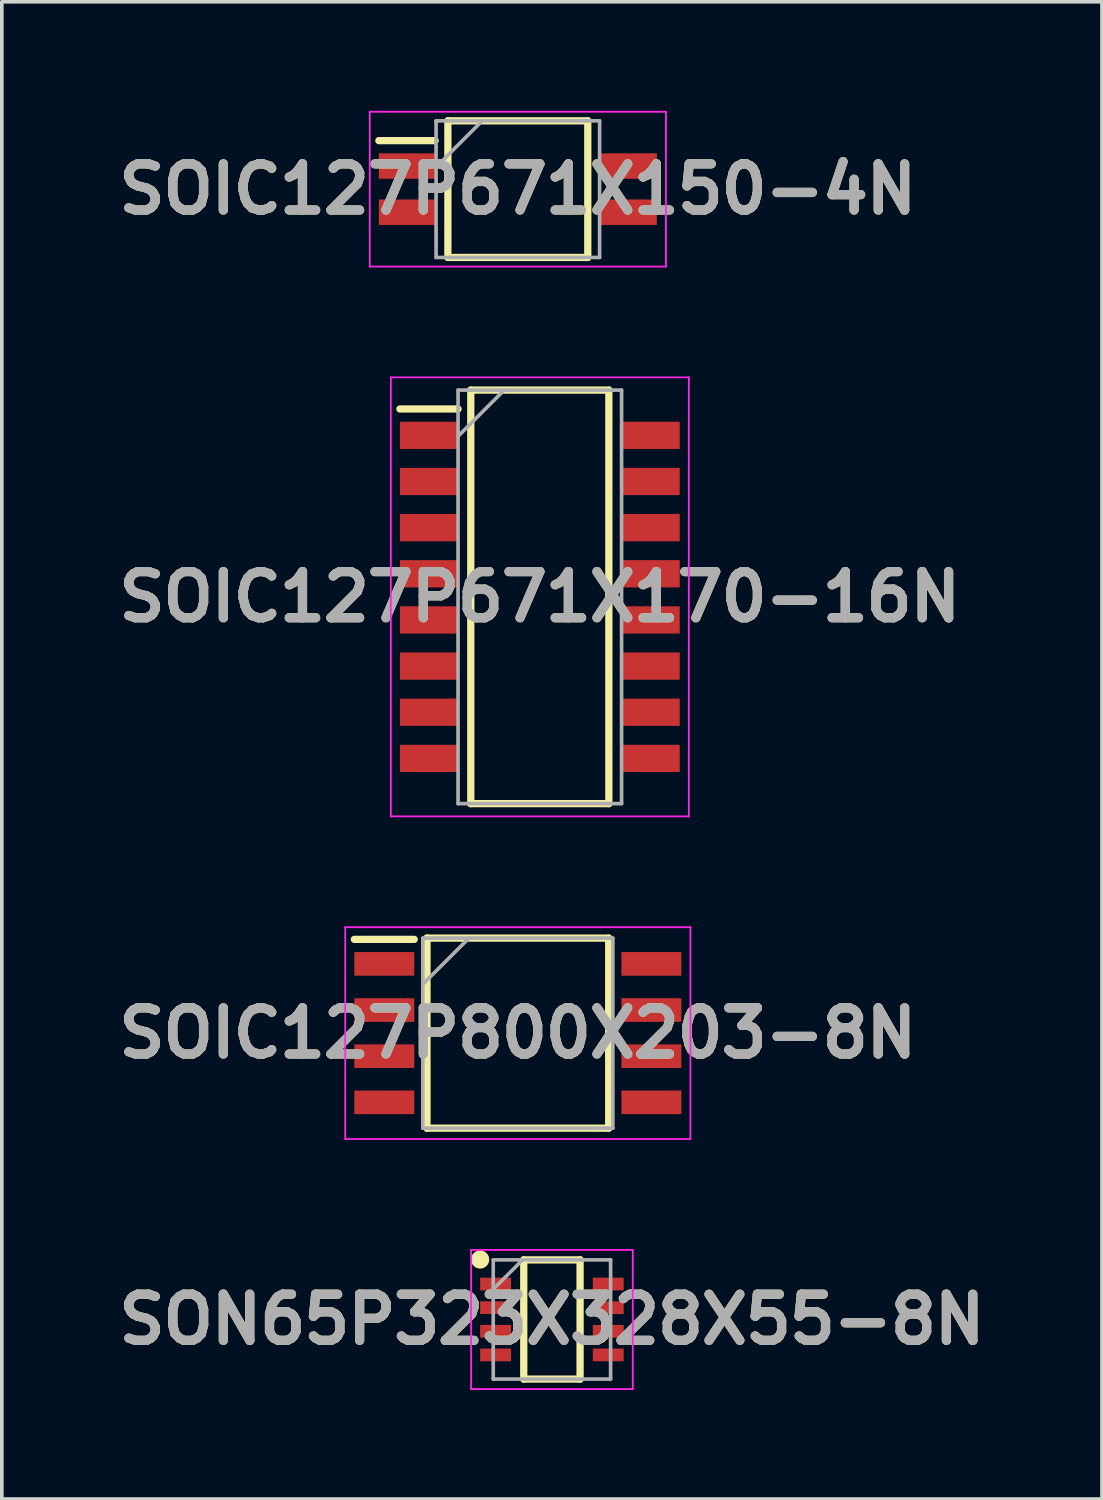
<source format=kicad_pcb>
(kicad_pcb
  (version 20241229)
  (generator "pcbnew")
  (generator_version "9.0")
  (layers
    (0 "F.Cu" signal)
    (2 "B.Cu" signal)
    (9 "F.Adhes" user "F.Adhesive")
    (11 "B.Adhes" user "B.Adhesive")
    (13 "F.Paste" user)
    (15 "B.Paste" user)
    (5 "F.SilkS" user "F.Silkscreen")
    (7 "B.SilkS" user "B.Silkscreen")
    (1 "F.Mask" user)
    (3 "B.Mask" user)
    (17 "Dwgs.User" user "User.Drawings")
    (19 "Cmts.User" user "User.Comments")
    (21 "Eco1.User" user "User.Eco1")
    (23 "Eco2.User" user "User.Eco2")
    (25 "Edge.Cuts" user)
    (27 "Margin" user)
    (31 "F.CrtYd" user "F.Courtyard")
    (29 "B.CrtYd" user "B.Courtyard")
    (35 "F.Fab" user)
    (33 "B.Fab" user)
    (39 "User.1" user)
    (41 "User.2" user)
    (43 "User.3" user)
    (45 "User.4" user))
  (footprint "SOIC127P671X150-4N"
    (layer "F.Cu")
    (at 11.2 2.155)
    (property "Reference" "SOIC127P671X150-4N" (at 0 0 0) (layer "F.SilkS") (effects (font (size 1.27 1.27) (thickness 0.254))))
    (attr smd)
    (fp_line (start -3.825 -1.335) (end -2.275 -1.335) (stroke (width 0.2) (type solid)) (layer "F.SilkS"))
    (fp_line (start -1.925 -1.88) (end 1.925 -1.88) (stroke (width 0.2) (type solid)) (layer "F.SilkS"))
    (fp_line (start -1.925 1.88) (end -1.925 -1.88) (stroke (width 0.2) (type solid)) (layer "F.SilkS"))
    (fp_line (start 1.925 -1.88) (end 1.925 1.88) (stroke (width 0.2) (type solid)) (layer "F.SilkS"))
    (fp_line (start 1.925 1.88) (end -1.925 1.88) (stroke (width 0.2) (type solid)) (layer "F.SilkS"))
    (fp_line (start -4.075 -2.13) (end 4.075 -2.13) (stroke (width 0.05) (type solid)) (layer "F.CrtYd"))
    (fp_line (start -4.075 2.13) (end -4.075 -2.13) (stroke (width 0.05) (type solid)) (layer "F.CrtYd"))
    (fp_line (start 4.075 -2.13) (end 4.075 2.13) (stroke (width 0.05) (type solid)) (layer "F.CrtYd"))
    (fp_line (start 4.075 2.13) (end -4.075 2.13) (stroke (width 0.05) (type solid)) (layer "F.CrtYd"))
    (fp_line (start -2.25 -1.88) (end 2.25 -1.88) (stroke (width 0.1) (type solid)) (layer "F.Fab"))
    (fp_line (start -2.25 -0.61) (end -0.98 -1.88) (stroke (width 0.1) (type solid)) (layer "F.Fab"))
    (fp_line (start -2.25 1.88) (end -2.25 -1.88) (stroke (width 0.1) (type solid)) (layer "F.Fab"))
    (fp_line (start 2.25 -1.88) (end 2.25 1.88) (stroke (width 0.1) (type solid)) (layer "F.Fab"))
    (fp_line (start 2.25 1.88) (end -2.25 1.88) (stroke (width 0.1) (type solid)) (layer "F.Fab"))
    (fp_text user "${REFERENCE}" (at 0 0 0) (layer "F.Fab") (effects (font (size 1.27 1.27) (thickness 0.254))))
    (pad "1" smd rect (at -3.05 -0.635 90) (size 0.7 1.55) (layers "F.Cu" "F.Mask" "F.Paste"))
    (pad "2" smd rect (at -3.05 0.635 90) (size 0.7 1.55) (layers "F.Cu" "F.Mask" "F.Paste"))
    (pad "3" smd rect (at 3.05 0.635 90) (size 0.7 1.55) (layers "F.Cu" "F.Mask" "F.Paste"))
    (pad "4" smd rect (at 3.05 -0.635 90) (size 0.7 1.55) (layers "F.Cu" "F.Mask" "F.Paste")))
  (footprint "SON65P323X328X55-8N"
    (layer "F.Cu")
    (at 12.138 33.26)
    (property "Reference" "SON65P323X328X55-8N" (at 0 0 0) (layer "F.SilkS") (effects (font (size 1.27 1.27) (thickness 0.254))))
    (attr smd)
    (fp_line (start -0.775 -1.64) (end 0.775 -1.64) (stroke (width 0.2) (type solid)) (layer "F.SilkS"))
    (fp_line (start -0.775 1.64) (end -0.775 -1.64) (stroke (width 0.2) (type solid)) (layer "F.SilkS"))
    (fp_line (start 0.775 -1.64) (end 0.775 1.64) (stroke (width 0.2) (type solid)) (layer "F.SilkS"))
    (fp_line (start 0.775 1.64) (end -0.775 1.64) (stroke (width 0.2) (type solid)) (layer "F.SilkS"))
    (fp_circle (center -1.975 -1.65) (end -1.975 -1.525) (stroke (width 0.25) (type solid)) (fill no) (layer "F.SilkS"))
    (fp_line (start -2.225 -1.915) (end 2.225 -1.915) (stroke (width 0.05) (type solid)) (layer "F.CrtYd"))
    (fp_line (start -2.225 1.915) (end -2.225 -1.915) (stroke (width 0.05) (type solid)) (layer "F.CrtYd"))
    (fp_line (start 2.225 -1.915) (end 2.225 1.915) (stroke (width 0.05) (type solid)) (layer "F.CrtYd"))
    (fp_line (start 2.225 1.915) (end -2.225 1.915) (stroke (width 0.05) (type solid)) (layer "F.CrtYd"))
    (fp_line (start -1.615 -1.64) (end 1.615 -1.64) (stroke (width 0.1) (type solid)) (layer "F.Fab"))
    (fp_line (start -1.615 -0.832) (end -0.808 -1.64) (stroke (width 0.1) (type solid)) (layer "F.Fab"))
    (fp_line (start -1.615 1.64) (end -1.615 -1.64) (stroke (width 0.1) (type solid)) (layer "F.Fab"))
    (fp_line (start 1.615 -1.64) (end 1.615 1.64) (stroke (width 0.1) (type solid)) (layer "F.Fab"))
    (fp_line (start 1.615 1.64) (end -1.615 1.64) (stroke (width 0.1) (type solid)) (layer "F.Fab"))
    (fp_text user "${REFERENCE}" (at 0 0 0) (layer "F.Fab") (effects (font (size 1.27 1.27) (thickness 0.254))))
    (pad "1" smd rect (at -1.55 -0.975 90) (size 0.35 0.85) (layers "F.Cu" "F.Mask" "F.Paste"))
    (pad "2" smd rect (at -1.55 -0.325 90) (size 0.35 0.85) (layers "F.Cu" "F.Mask" "F.Paste"))
    (pad "3" smd rect (at -1.55 0.325 90) (size 0.35 0.85) (layers "F.Cu" "F.Mask" "F.Paste"))
    (pad "4" smd rect (at -1.55 0.975 90) (size 0.35 0.85) (layers "F.Cu" "F.Mask" "F.Paste"))
    (pad "5" smd rect (at 1.55 0.975 90) (size 0.35 0.85) (layers "F.Cu" "F.Mask" "F.Paste"))
    (pad "6" smd rect (at 1.55 0.325 90) (size 0.35 0.85) (layers "F.Cu" "F.Mask" "F.Paste"))
    (pad "7" smd rect (at 1.55 -0.325 90) (size 0.35 0.85) (layers "F.Cu" "F.Mask" "F.Paste"))
    (pad "8" smd rect (at 1.55 -0.975 90) (size 0.35 0.85) (layers "F.Cu" "F.Mask" "F.Paste")))
  (footprint "SOIC127P671X170-16N"
    (layer "F.Cu")
    (at 11.805 13.375)
    (property "Reference" "SOIC127P671X170-16N" (at 0 0 0) (layer "F.SilkS") (effects (font (size 1.27 1.27) (thickness 0.254))))
    (attr smd)
    (fp_line (start -3.85 -5.17) (end -2.25 -5.17) (stroke (width 0.2) (type solid)) (layer "F.SilkS"))
    (fp_line (start -1.9 -5.69) (end 1.9 -5.69) (stroke (width 0.2) (type solid)) (layer "F.SilkS"))
    (fp_line (start -1.9 5.69) (end -1.9 -5.69) (stroke (width 0.2) (type solid)) (layer "F.SilkS"))
    (fp_line (start 1.9 -5.69) (end 1.9 5.69) (stroke (width 0.2) (type solid)) (layer "F.SilkS"))
    (fp_line (start 1.9 5.69) (end -1.9 5.69) (stroke (width 0.2) (type solid)) (layer "F.SilkS"))
    (fp_line (start -4.1 -6.04) (end 4.1 -6.04) (stroke (width 0.05) (type solid)) (layer "F.CrtYd"))
    (fp_line (start -4.1 6.04) (end -4.1 -6.04) (stroke (width 0.05) (type solid)) (layer "F.CrtYd"))
    (fp_line (start 4.1 -6.04) (end 4.1 6.04) (stroke (width 0.05) (type solid)) (layer "F.CrtYd"))
    (fp_line (start 4.1 6.04) (end -4.1 6.04) (stroke (width 0.05) (type solid)) (layer "F.CrtYd"))
    (fp_line (start -2.25 -5.69) (end 2.25 -5.69) (stroke (width 0.1) (type solid)) (layer "F.Fab"))
    (fp_line (start -2.25 -4.42) (end -0.98 -5.69) (stroke (width 0.1) (type solid)) (layer "F.Fab"))
    (fp_line (start -2.25 5.69) (end -2.25 -5.69) (stroke (width 0.1) (type solid)) (layer "F.Fab"))
    (fp_line (start 2.25 -5.69) (end 2.25 5.69) (stroke (width 0.1) (type solid)) (layer "F.Fab"))
    (fp_line (start 2.25 5.69) (end -2.25 5.69) (stroke (width 0.1) (type solid)) (layer "F.Fab"))
    (fp_text user "${REFERENCE}" (at 0 0 0) (layer "F.Fab") (effects (font (size 1.27 1.27) (thickness 0.254))))
    (pad "1" smd rect (at -3.05 -4.445 90) (size 0.75 1.6) (layers "F.Cu" "F.Mask" "F.Paste"))
    (pad "2" smd rect (at -3.05 -3.175 90) (size 0.75 1.6) (layers "F.Cu" "F.Mask" "F.Paste"))
    (pad "3" smd rect (at -3.05 -1.905 90) (size 0.75 1.6) (layers "F.Cu" "F.Mask" "F.Paste"))
    (pad "4" smd rect (at -3.05 -0.635 90) (size 0.75 1.6) (layers "F.Cu" "F.Mask" "F.Paste"))
    (pad "5" smd rect (at -3.05 0.635 90) (size 0.75 1.6) (layers "F.Cu" "F.Mask" "F.Paste"))
    (pad "6" smd rect (at -3.05 1.905 90) (size 0.75 1.6) (layers "F.Cu" "F.Mask" "F.Paste"))
    (pad "7" smd rect (at -3.05 3.175 90) (size 0.75 1.6) (layers "F.Cu" "F.Mask" "F.Paste"))
    (pad "8" smd rect (at -3.05 4.445 90) (size 0.75 1.6) (layers "F.Cu" "F.Mask" "F.Paste"))
    (pad "9" smd rect (at 3.05 4.445 90) (size 0.75 1.6) (layers "F.Cu" "F.Mask" "F.Paste"))
    (pad "10" smd rect (at 3.05 3.175 90) (size 0.75 1.6) (layers "F.Cu" "F.Mask" "F.Paste"))
    (pad "11" smd rect (at 3.05 1.905 90) (size 0.75 1.6) (layers "F.Cu" "F.Mask" "F.Paste"))
    (pad "12" smd rect (at 3.05 0.635 90) (size 0.75 1.6) (layers "F.Cu" "F.Mask" "F.Paste"))
    (pad "13" smd rect (at 3.05 -0.635 90) (size 0.75 1.6) (layers "F.Cu" "F.Mask" "F.Paste"))
    (pad "14" smd rect (at 3.05 -1.905 90) (size 0.75 1.6) (layers "F.Cu" "F.Mask" "F.Paste"))
    (pad "15" smd rect (at 3.05 -3.175 90) (size 0.75 1.6) (layers "F.Cu" "F.Mask" "F.Paste"))
    (pad "16" smd rect (at 3.05 -4.445 90) (size 0.75 1.6) (layers "F.Cu" "F.Mask" "F.Paste")))
  (footprint "SOIC127P800X203-8N"
    (layer "F.Cu")
    (at 11.2 25.38)
    (property "Reference" "SOIC127P800X203-8N" (at 0 0 0) (layer "F.SilkS") (effects (font (size 1.27 1.27) (thickness 0.254))))
    (attr smd)
    (fp_line (start -4.5 -2.58) (end -2.85 -2.58) (stroke (width 0.2) (type solid)) (layer "F.SilkS"))
    (fp_line (start -2.5 -2.615) (end 2.5 -2.615) (stroke (width 0.2) (type solid)) (layer "F.SilkS"))
    (fp_line (start -2.5 2.615) (end -2.5 -2.615) (stroke (width 0.2) (type solid)) (layer "F.SilkS"))
    (fp_line (start 2.5 -2.615) (end 2.5 2.615) (stroke (width 0.2) (type solid)) (layer "F.SilkS"))
    (fp_line (start 2.5 2.615) (end -2.5 2.615) (stroke (width 0.2) (type solid)) (layer "F.SilkS"))
    (fp_line (start -4.75 -2.915) (end 4.75 -2.915) (stroke (width 0.05) (type solid)) (layer "F.CrtYd"))
    (fp_line (start -4.75 2.915) (end -4.75 -2.915) (stroke (width 0.05) (type solid)) (layer "F.CrtYd"))
    (fp_line (start 4.75 -2.915) (end 4.75 2.915) (stroke (width 0.05) (type solid)) (layer "F.CrtYd"))
    (fp_line (start 4.75 2.915) (end -4.75 2.915) (stroke (width 0.05) (type solid)) (layer "F.CrtYd"))
    (fp_line (start -2.615 -2.615) (end 2.615 -2.615) (stroke (width 0.1) (type solid)) (layer "F.Fab"))
    (fp_line (start -2.615 -1.345) (end -1.345 -2.615) (stroke (width 0.1) (type solid)) (layer "F.Fab"))
    (fp_line (start -2.615 2.615) (end -2.615 -2.615) (stroke (width 0.1) (type solid)) (layer "F.Fab"))
    (fp_line (start 2.615 -2.615) (end 2.615 2.615) (stroke (width 0.1) (type solid)) (layer "F.Fab"))
    (fp_line (start 2.615 2.615) (end -2.615 2.615) (stroke (width 0.1) (type solid)) (layer "F.Fab"))
    (fp_text user "${REFERENCE}" (at 0 0 0) (layer "F.Fab") (effects (font (size 1.27 1.27) (thickness 0.254))))
    (pad "1" smd rect (at -3.675 -1.905 90) (size 0.65 1.65) (layers "F.Cu" "F.Mask" "F.Paste"))
    (pad "2" smd rect (at -3.675 -0.635 90) (size 0.65 1.65) (layers "F.Cu" "F.Mask" "F.Paste"))
    (pad "3" smd rect (at -3.675 0.635 90) (size 0.65 1.65) (layers "F.Cu" "F.Mask" "F.Paste"))
    (pad "4" smd rect (at -3.675 1.905 90) (size 0.65 1.65) (layers "F.Cu" "F.Mask" "F.Paste"))
    (pad "5" smd rect (at 3.675 1.905 90) (size 0.65 1.65) (layers "F.Cu" "F.Mask" "F.Paste"))
    (pad "6" smd rect (at 3.675 0.635 90) (size 0.65 1.65) (layers "F.Cu" "F.Mask" "F.Paste"))
    (pad "7" smd rect (at 3.675 -0.635 90) (size 0.65 1.65) (layers "F.Cu" "F.Mask" "F.Paste"))
    (pad "8" smd rect (at 3.675 -1.905 90) (size 0.65 1.65) (layers "F.Cu" "F.Mask" "F.Paste")))
  (gr_rect
    (start -3 -3)
    (end 27.275 38.2)
    (stroke (width 0.1) (type default))
    (fill no)
    (layer "Edge.Cuts")))
</source>
